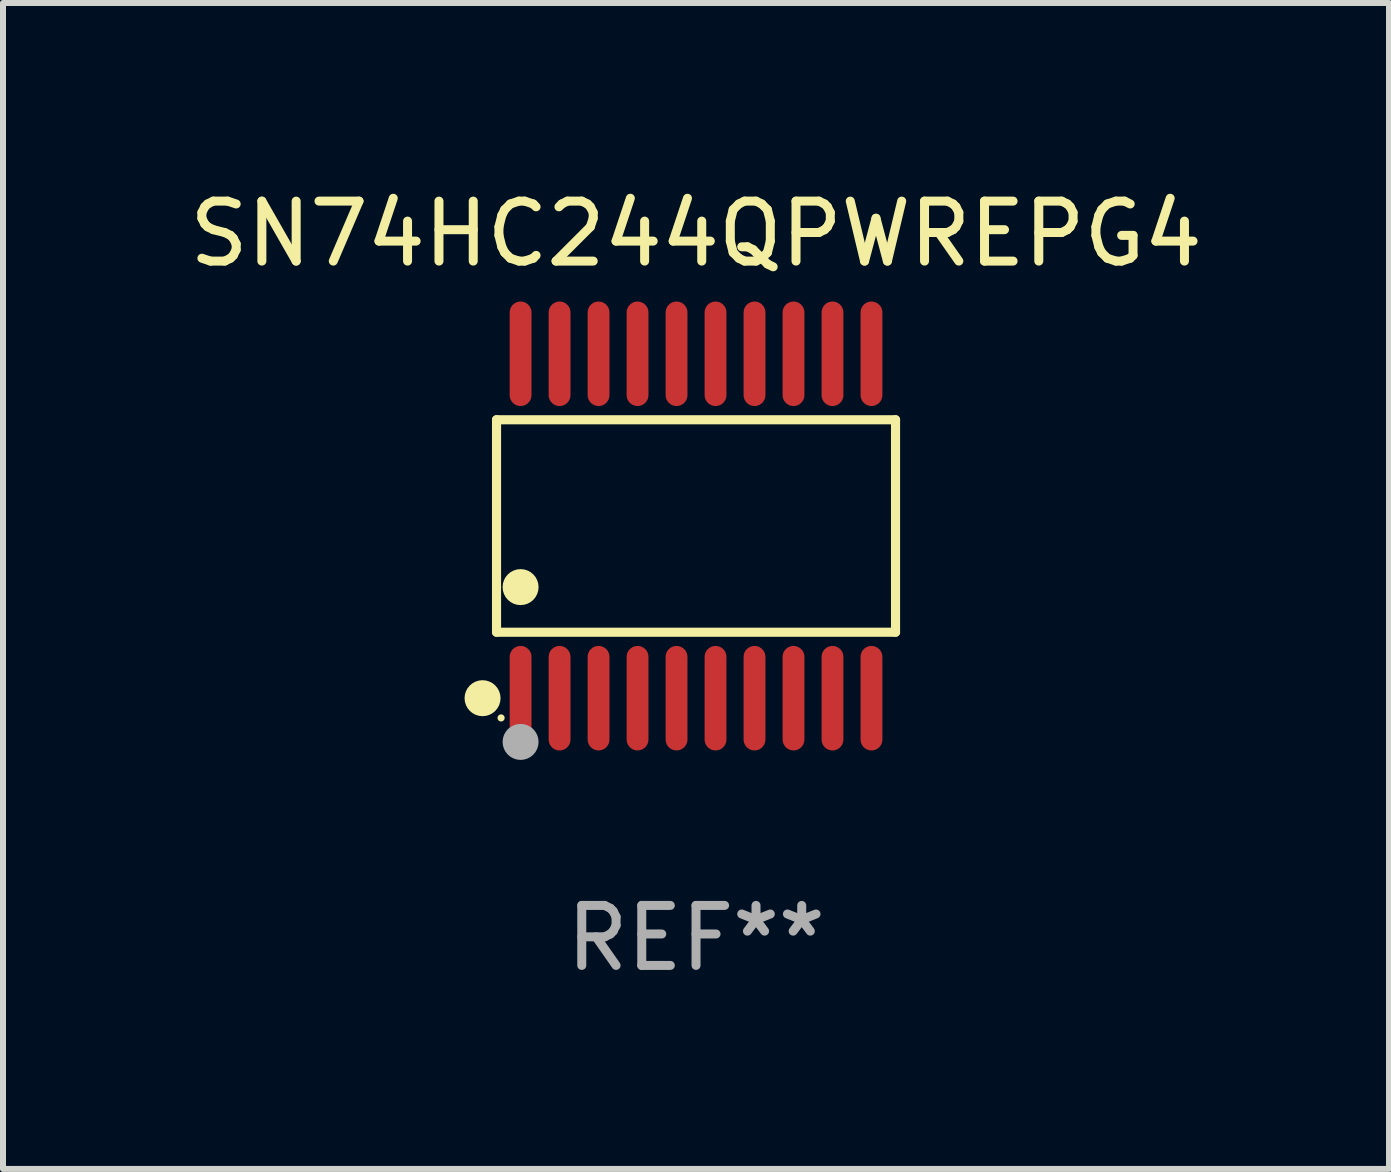
<source format=kicad_pcb>
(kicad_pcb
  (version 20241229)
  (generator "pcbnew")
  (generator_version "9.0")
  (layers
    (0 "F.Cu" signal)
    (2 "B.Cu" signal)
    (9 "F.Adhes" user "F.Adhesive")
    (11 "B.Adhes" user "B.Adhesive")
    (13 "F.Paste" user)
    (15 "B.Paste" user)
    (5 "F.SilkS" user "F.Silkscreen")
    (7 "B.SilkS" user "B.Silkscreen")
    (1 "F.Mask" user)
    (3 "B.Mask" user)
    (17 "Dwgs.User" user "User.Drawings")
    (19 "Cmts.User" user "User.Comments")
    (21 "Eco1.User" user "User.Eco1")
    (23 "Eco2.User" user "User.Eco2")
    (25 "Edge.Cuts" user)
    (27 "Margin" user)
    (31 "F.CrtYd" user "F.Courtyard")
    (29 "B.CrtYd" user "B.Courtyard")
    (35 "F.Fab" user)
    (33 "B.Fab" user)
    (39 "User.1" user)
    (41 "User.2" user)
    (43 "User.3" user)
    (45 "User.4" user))
  (footprint "SN74HC244QPWREPG4"
    (layer "F.Cu")
    (at 8.554 5.719)
    (property "Reference" "SN74HC244QPWREPG4" (at 0 -4.871 0) (layer "F.SilkS") (effects (font (size 1 1) (thickness 0.15))))
    (attr through_hole)
    (fp_line (start -3.326 -1.771) (end 3.326 -1.771) (stroke (width 0.152) (type solid)) (layer "F.SilkS"))
    (fp_line (start -3.326 1.771) (end -3.326 -1.771) (stroke (width 0.152) (type solid)) (layer "F.SilkS"))
    (fp_line (start 3.326 -1.771) (end 3.326 1.771) (stroke (width 0.152) (type solid)) (layer "F.SilkS"))
    (fp_line (start 3.326 1.771) (end -3.326 1.771) (stroke (width 0.152) (type solid)) (layer "F.SilkS"))
    (fp_circle (center -3.559 2.871) (end -3.409 2.871) (stroke (width 0.3) (type solid)) (fill no) (layer "F.SilkS"))
    (fp_circle (center -3.25 3.2) (end -3.22 3.2) (stroke (width 0.06) (type solid)) (fill no) (layer "F.SilkS"))
    (fp_circle (center -2.925 1.019) (end -2.775 1.019) (stroke (width 0.3) (type solid)) (fill no) (layer "F.SilkS"))
    (fp_circle (center -2.925 3.6) (end -2.775 3.6) (stroke (width 0.3) (type solid)) (fill no) (layer "F.Fab"))
    (fp_text user "REF**" (at 0 6.871 0) (layer "F.Fab") (effects (font (size 1 1) (thickness 0.15))))
    (pad "1" smd oval (at -2.925 2.871) (size 0.364 1.742) (layers "F.Cu" "F.Mask" "F.Paste"))
    (pad "2" smd oval (at -2.275 2.871) (size 0.364 1.742) (layers "F.Cu" "F.Mask" "F.Paste"))
    (pad "3" smd oval (at -1.625 2.871) (size 0.364 1.742) (layers "F.Cu" "F.Mask" "F.Paste"))
    (pad "4" smd oval (at -0.975 2.871) (size 0.364 1.742) (layers "F.Cu" "F.Mask" "F.Paste"))
    (pad "5" smd oval (at -0.325 2.871) (size 0.364 1.742) (layers "F.Cu" "F.Mask" "F.Paste"))
    (pad "6" smd oval (at 0.325 2.871) (size 0.364 1.742) (layers "F.Cu" "F.Mask" "F.Paste"))
    (pad "7" smd oval (at 0.975 2.871) (size 0.364 1.742) (layers "F.Cu" "F.Mask" "F.Paste"))
    (pad "8" smd oval (at 1.625 2.871) (size 0.364 1.742) (layers "F.Cu" "F.Mask" "F.Paste"))
    (pad "9" smd oval (at 2.275 2.871) (size 0.364 1.742) (layers "F.Cu" "F.Mask" "F.Paste"))
    (pad "10" smd oval (at 2.925 2.871) (size 0.364 1.742) (layers "F.Cu" "F.Mask" "F.Paste"))
    (pad "11" smd oval (at 2.925 -2.871) (size 0.364 1.742) (layers "F.Cu" "F.Mask" "F.Paste"))
    (pad "12" smd oval (at 2.275 -2.871) (size 0.364 1.742) (layers "F.Cu" "F.Mask" "F.Paste"))
    (pad "13" smd oval (at 1.625 -2.871) (size 0.364 1.742) (layers "F.Cu" "F.Mask" "F.Paste"))
    (pad "14" smd oval (at 0.975 -2.871) (size 0.364 1.742) (layers "F.Cu" "F.Mask" "F.Paste"))
    (pad "15" smd oval (at 0.325 -2.871) (size 0.364 1.742) (layers "F.Cu" "F.Mask" "F.Paste"))
    (pad "16" smd oval (at -0.325 -2.871) (size 0.364 1.742) (layers "F.Cu" "F.Mask" "F.Paste"))
    (pad "17" smd oval (at -0.975 -2.871) (size 0.364 1.742) (layers "F.Cu" "F.Mask" "F.Paste"))
    (pad "18" smd oval (at -1.625 -2.871) (size 0.364 1.742) (layers "F.Cu" "F.Mask" "F.Paste"))
    (pad "19" smd oval (at -2.275 -2.871) (size 0.364 1.742) (layers "F.Cu" "F.Mask" "F.Paste"))
    (pad "20" smd oval (at -2.925 -2.871) (size 0.364 1.742) (layers "F.Cu" "F.Mask" "F.Paste")))
  (gr_rect
    (start -3 -3)
    (end 20.107 16.438)
    (stroke (width 0.1) (type default))
    (fill no)
    (layer "Edge.Cuts")))
</source>
